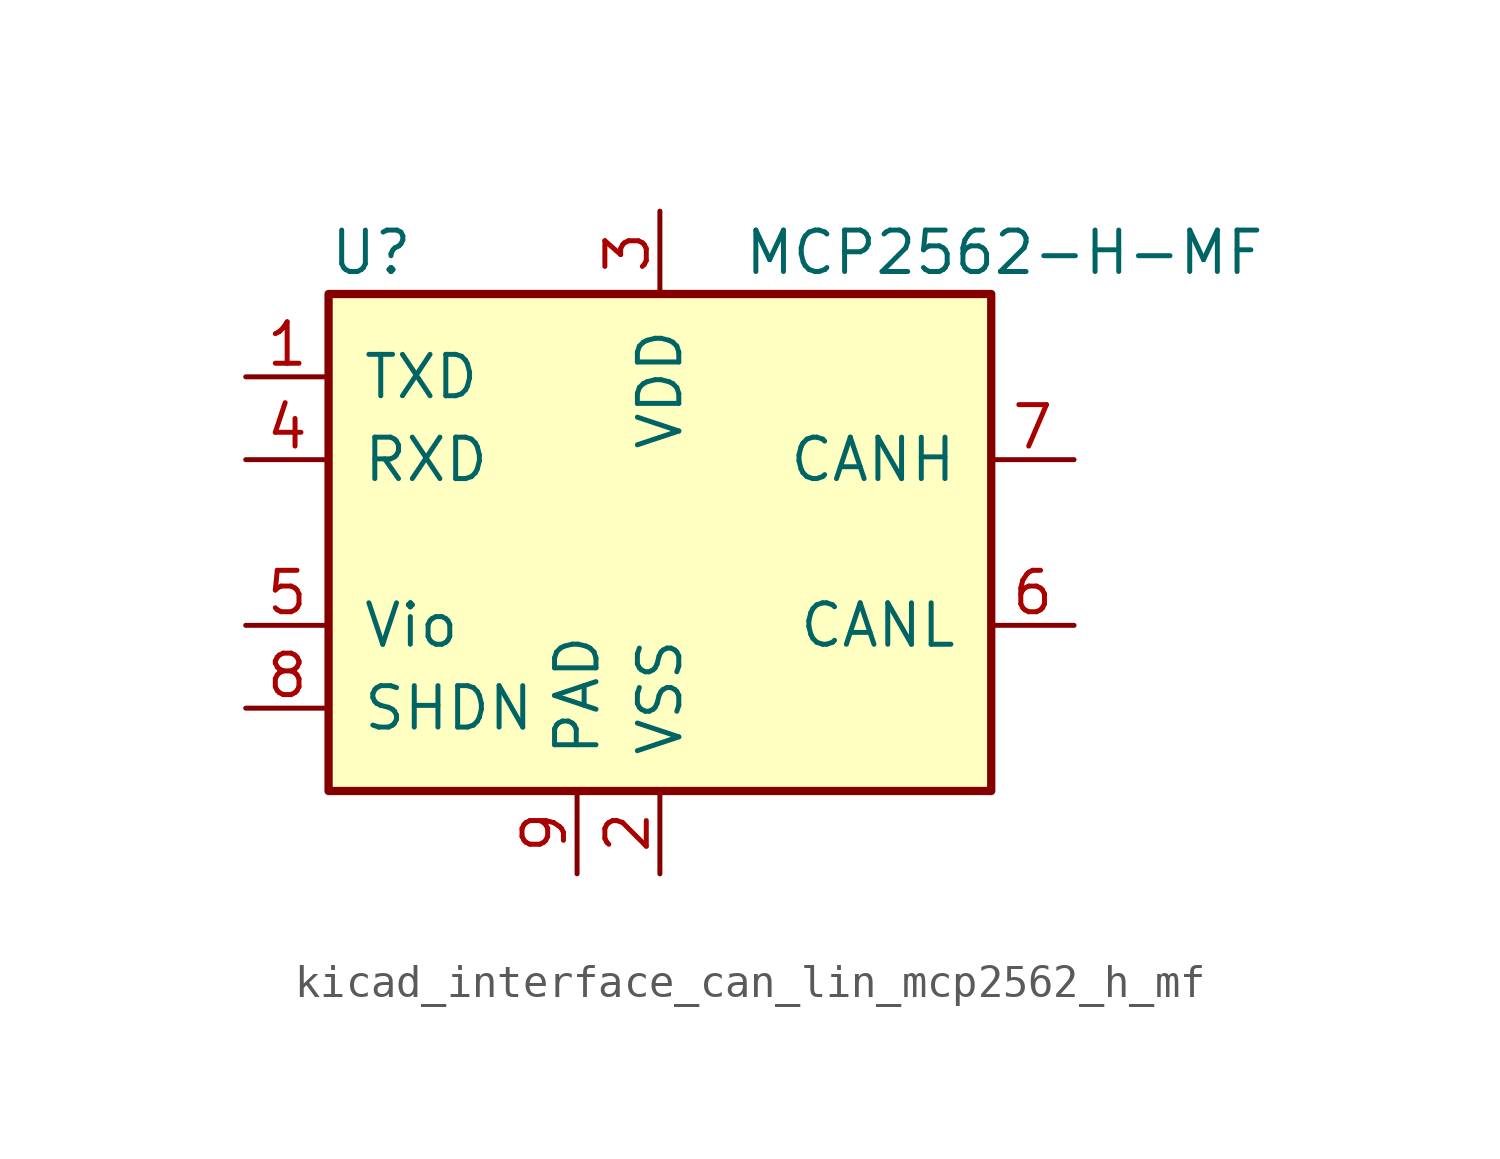
<source format=kicad_sym>
(kicad_symbol_lib
  (version 20220914)
  (generator kicad_symbol_editor)
  (symbol "kicad_interface_can_lin_mcp2562_h_mf"
    (pin_names
      (offset 1.016))
    (property "Reference" "U"
      (at -10.16 8.89 0)
      (effects (font (size 1.27 1.27)) (justify left)))
    (property "Value" "MCP2562-H-MF"
      (at 2.54 8.89 0)
      (effects (font (size 1.27 1.27)) (justify left)))
    (symbol "kicad_interface_can_lin_mcp2562_h_mf_0_1"
      (rectangle (start -10.16 7.62) (end 10.16 -7.62) (stroke (width 0.254) (type default)) (fill (type background))))
    (symbol "kicad_interface_can_lin_mcp2562_h_mf_1_1"
      (pin input line (at -12.7 5.08 0) (length 2.54) (name "TXD" (effects (font (size 1.27 1.27)))) (number "1" (effects (font (size 1.27 1.27)))))
      (pin power_in line (at 0 -10.16 90) (length 2.54) (name "VSS" (effects (font (size 1.27 1.27)))) (number "2" (effects (font (size 1.27 1.27)))))
      (pin power_in line (at 0 10.16 270) (length 2.54) (name "VDD" (effects (font (size 1.27 1.27)))) (number "3" (effects (font (size 1.27 1.27)))))
      (pin output line (at -12.7 2.54 0) (length 2.54) (name "RXD" (effects (font (size 1.27 1.27)))) (number "4" (effects (font (size 1.27 1.27)))))
      (pin power_in line (at -12.7 -2.54 0) (length 2.54) (name "Vio" (effects (font (size 1.27 1.27)))) (number "5" (effects (font (size 1.27 1.27)))))
      (pin bidirectional line (at 12.7 -2.54 180) (length 2.54) (name "CANL" (effects (font (size 1.27 1.27)))) (number "6" (effects (font (size 1.27 1.27)))))
      (pin bidirectional line (at 12.7 2.54 180) (length 2.54) (name "CANH" (effects (font (size 1.27 1.27)))) (number "7" (effects (font (size 1.27 1.27)))))
      (pin input line (at -12.7 -5.08 0) (length 2.54) (name "SHDN" (effects (font (size 1.27 1.27)))) (number "8" (effects (font (size 1.27 1.27)))))
      (pin power_in line (at -2.54 -10.16 90) (length 2.54) (name "PAD" (effects (font (size 1.27 1.27)))) (number "9" (effects (font (size 1.27 1.27))))))))
</source>
